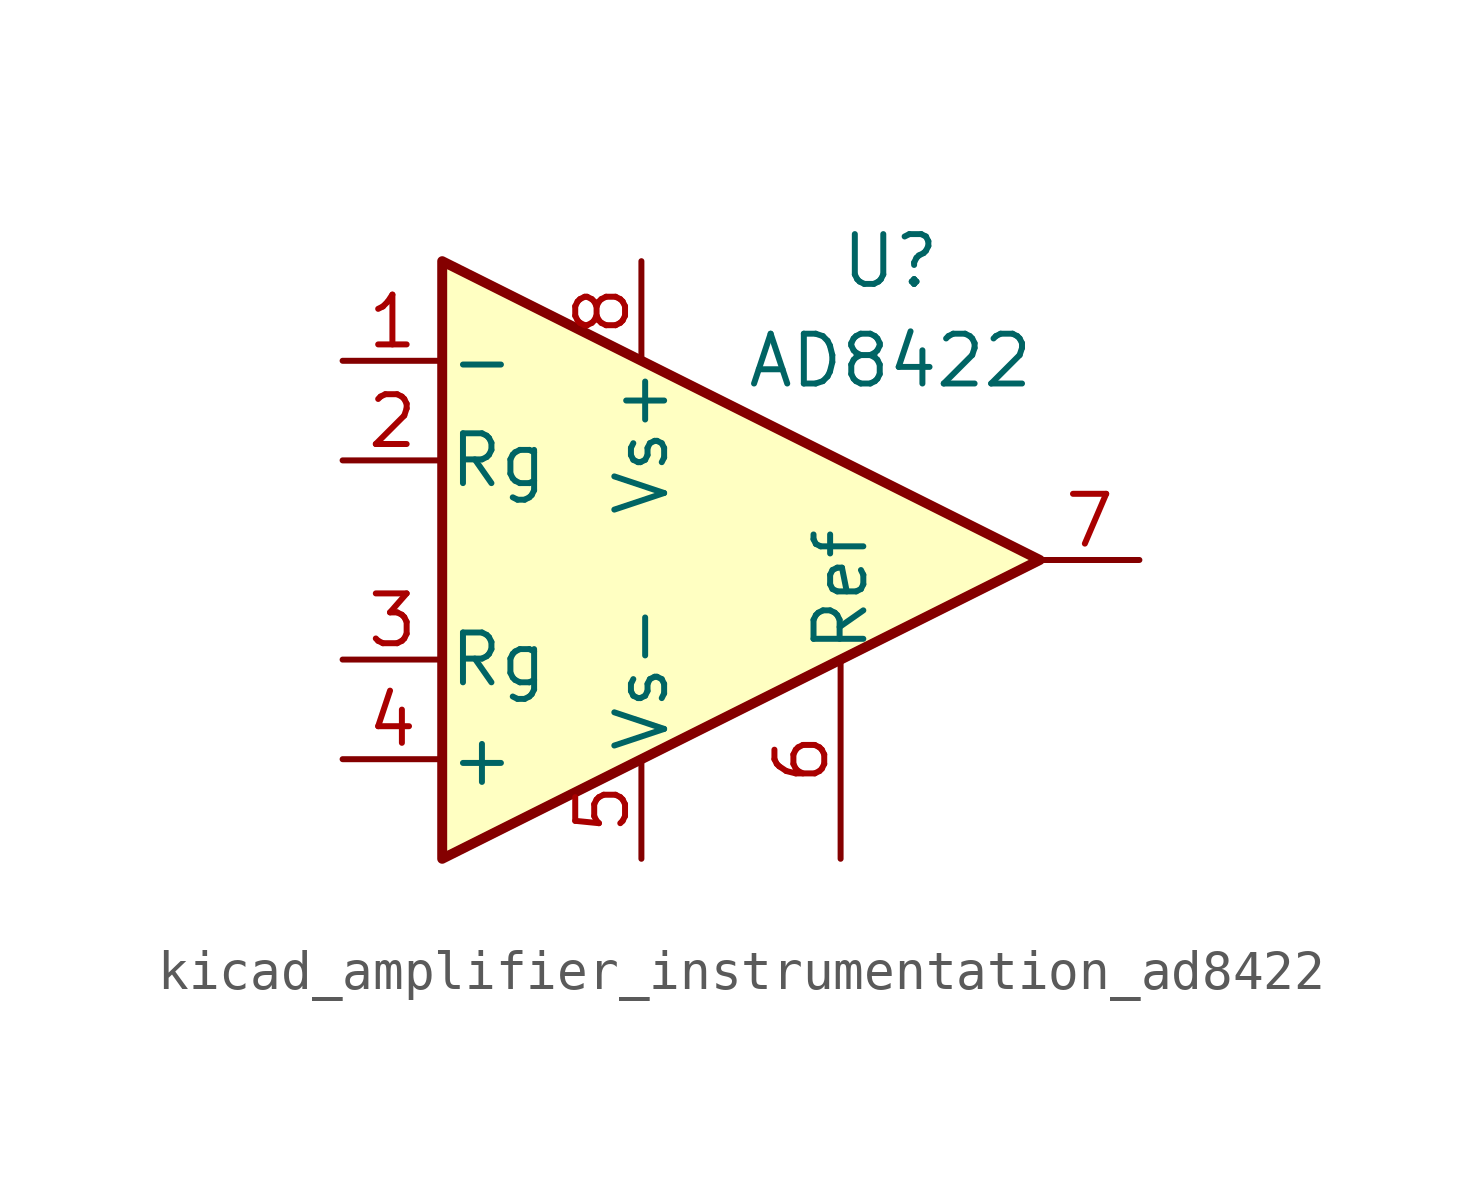
<source format=kicad_sym>
(kicad_symbol_lib
  (version 20220914)
  (generator kicad_symbol_editor)
  (symbol "kicad_amplifier_instrumentation_ad8422"
    (pin_names
      (offset 0.127))
    (property "Reference" "U"
      (at 3.81 7.62 0)
      (effects (font (size 1.27 1.27))))
    (property "Value" "AD8422"
      (at 3.81 5.08 0)
      (effects (font (size 1.27 1.27))))
    (symbol "kicad_amplifier_instrumentation_ad8422_0_1"
      (polyline (pts (xy -7.62 7.62) (xy -7.62 -7.62) (xy 7.62 0) (xy -7.62 7.62)) (stroke (width 0.254) (type default)) (fill (type background))))
    (symbol "kicad_amplifier_instrumentation_ad8422_1_1"
      (pin input line (at -10.16 5.08 0) (length 2.54) (name "-" (effects (font (size 1.27 1.27)))) (number "1" (effects (font (size 1.27 1.27)))))
      (pin passive line (at -10.16 2.54 0) (length 2.54) (name "Rg" (effects (font (size 1.27 1.27)))) (number "2" (effects (font (size 1.27 1.27)))))
      (pin passive line (at -10.16 -2.54 0) (length 2.54) (name "Rg" (effects (font (size 1.27 1.27)))) (number "3" (effects (font (size 1.27 1.27)))))
      (pin input line (at -10.16 -5.08 0) (length 2.54) (name "+" (effects (font (size 1.27 1.27)))) (number "4" (effects (font (size 1.27 1.27)))))
      (pin power_in line (at -2.54 -7.62 90) (length 2.54) (name "Vs-" (effects (font (size 1.27 1.27)))) (number "5" (effects (font (size 1.27 1.27)))))
      (pin passive line (at 2.54 -7.62 90) (length 5.08) (name "Ref" (effects (font (size 1.27 1.27)))) (number "6" (effects (font (size 1.27 1.27)))))
      (pin output line (at 10.16 0 180) (length 2.54) (name "~" (effects (font (size 1.27 1.27)))) (number "7" (effects (font (size 1.27 1.27)))))
      (pin power_in line (at -2.54 7.62 270) (length 2.54) (name "Vs+" (effects (font (size 1.27 1.27)))) (number "8" (effects (font (size 1.27 1.27))))))))
</source>
